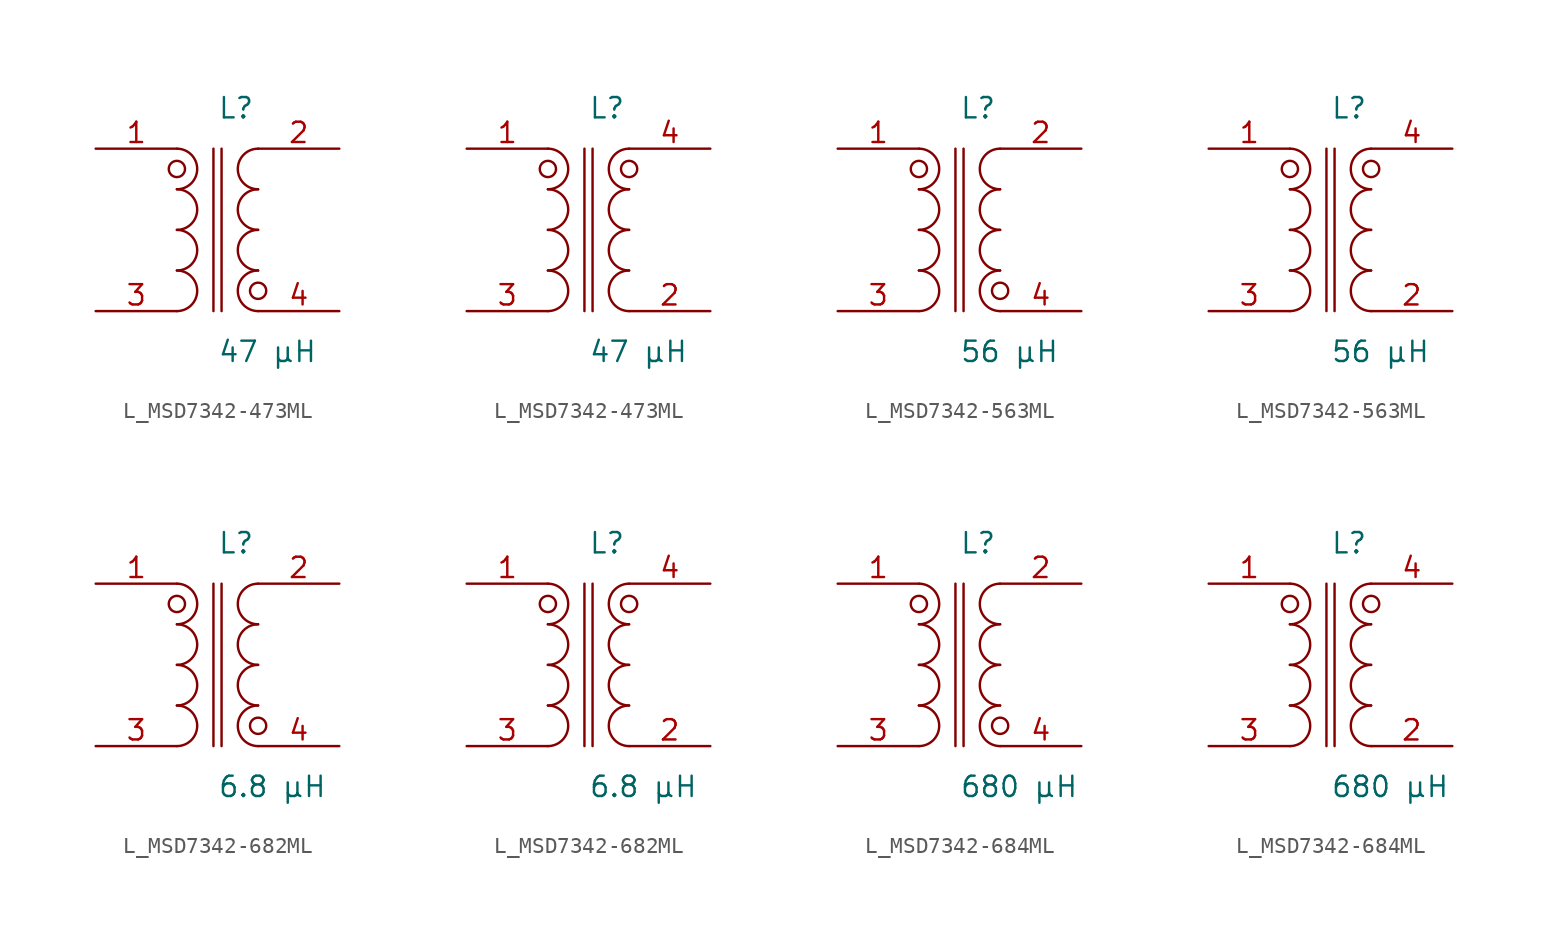
<source format=kicad_sym>
(kicad_symbol_lib
  (version 20231120)
  (generator kicad_symbol_editor)
  (generator_version 8.0)
  (symbol "L_MSD7342-473ML"
    (pin_names
      (offset 0.254))
    (property "Reference" "L"
      (at 0 7.62 0)
      (effects (font (size 1.27 1.27)) (justify left)))
    (property "Value" "47 µH"
      (at 0 -7.62 0)
      (effects (font (size 1.27 1.27)) (justify left)))
    (symbol "L_MSD7342-473ML_1_1"
      (arc (start -2.54 -5.08) (mid -1.27 -3.81) (end -2.54 -2.54) (stroke (width 0) (type default)) (fill (type none)))
      (arc (start -2.54 -2.54) (mid -1.27 -1.27) (end -2.54 0.0) (stroke (width 0) (type default)) (fill (type none)))
      (arc (start -2.54 0.0) (mid -1.27 1.27) (end -2.54 2.54) (stroke (width 0) (type default)) (fill (type none)))
      (arc (start -2.54 2.54) (mid -1.27 3.81) (end -2.54 5.08) (stroke (width 0) (type default)) (fill (type none)))
      (arc (start 2.54 -5.08) (mid 1.27 -3.81) (end 2.54 -2.54) (stroke (width 0) (type default)) (fill (type none)))
      (arc (start 2.54 -2.54) (mid 1.27 -1.27) (end 2.54 0.0) (stroke (width 0) (type default)) (fill (type none)))
      (arc (start 2.54 0.0) (mid 1.27 1.27) (end 2.54 2.54) (stroke (width 0) (type default)) (fill (type none)))
      (arc (start 2.54 2.54) (mid 1.27 3.81) (end 2.54 5.08) (stroke (width 0) (type default)) (fill (type none)))
      (circle (center -2.54 3.81) (radius 0.508) (stroke (width 0) (type default)) (fill (type none)))
      (circle (center 2.54 -3.81) (radius 0.508) (stroke (width 0) (type default)) (fill (type none)))
      (polyline (pts (xy -0.254 5.08) (xy -0.254 -5.08)) (stroke (width 0) (type default)) (fill (type none)))
      (polyline (pts (xy 0.254 5.08) (xy 0.254 -5.08)) (stroke (width 0) (type default)) (fill (type none)))
      (pin passive line (at -7.62 5.08 0) (length 5.08) (name "" (effects (font (size 1.27 1.27)))) (number "1" (effects (font (size 1.27 1.27)))))
      (pin passive line (at -7.62 -5.08 0) (length 5.08) (name "" (effects (font (size 1.27 1.27)))) (number "3" (effects (font (size 1.27 1.27)))))
      (pin passive line (at 7.62 5.08 180) (length 5.08) (name "" (effects (font (size 1.27 1.27)))) (number "2" (effects (font (size 1.27 1.27)))))
      (pin passive line (at 7.62 -5.08 180) (length 5.08) (name "" (effects (font (size 1.27 1.27)))) (number "4" (effects (font (size 1.27 1.27))))))
    (symbol "L_MSD7342-473ML_1_2"
      (arc (start -2.54 -5.08) (mid -1.27 -3.81) (end -2.54 -2.54) (stroke (width 0) (type default)) (fill (type none)))
      (arc (start -2.54 -2.54) (mid -1.27 -1.27) (end -2.54 0.0) (stroke (width 0) (type default)) (fill (type none)))
      (arc (start -2.54 0.0) (mid -1.27 1.27) (end -2.54 2.54) (stroke (width 0) (type default)) (fill (type none)))
      (arc (start -2.54 2.54) (mid -1.27 3.81) (end -2.54 5.08) (stroke (width 0) (type default)) (fill (type none)))
      (arc (start 2.54 -5.08) (mid 1.27 -3.81) (end 2.54 -2.54) (stroke (width 0) (type default)) (fill (type none)))
      (arc (start 2.54 -2.54) (mid 1.27 -1.27) (end 2.54 0.0) (stroke (width 0) (type default)) (fill (type none)))
      (arc (start 2.54 0.0) (mid 1.27 1.27) (end 2.54 2.54) (stroke (width 0) (type default)) (fill (type none)))
      (arc (start 2.54 2.54) (mid 1.27 3.81) (end 2.54 5.08) (stroke (width 0) (type default)) (fill (type none)))
      (circle (center -2.54 3.81) (radius 0.508) (stroke (width 0) (type default)) (fill (type none)))
      (circle (center 2.54 3.81) (radius 0.508) (stroke (width 0) (type default)) (fill (type none)))
      (polyline (pts (xy -0.254 5.08) (xy -0.254 -5.08)) (stroke (width 0) (type default)) (fill (type none)))
      (polyline (pts (xy 0.254 5.08) (xy 0.254 -5.08)) (stroke (width 0) (type default)) (fill (type none)))
      (pin passive line (at -7.62 5.08 0) (length 5.08) (name "" (effects (font (size 1.27 1.27)))) (number "1" (effects (font (size 1.27 1.27)))))
      (pin passive line (at -7.62 -5.08 0) (length 5.08) (name "" (effects (font (size 1.27 1.27)))) (number "3" (effects (font (size 1.27 1.27)))))
      (pin passive line (at 7.62 -5.08 180) (length 5.08) (name "" (effects (font (size 1.27 1.27)))) (number "2" (effects (font (size 1.27 1.27)))))
      (pin passive line (at 7.62 5.08 180) (length 5.08) (name "" (effects (font (size 1.27 1.27)))) (number "4" (effects (font (size 1.27 1.27)))))))
  (symbol "L_MSD7342-563ML"
    (pin_names
      (offset 0.254))
    (property "Reference" "L"
      (at 0 7.62 0)
      (effects (font (size 1.27 1.27)) (justify left)))
    (property "Value" "56 µH"
      (at 0 -7.62 0)
      (effects (font (size 1.27 1.27)) (justify left)))
    (symbol "L_MSD7342-563ML_1_1"
      (arc (start -2.54 -5.08) (mid -1.27 -3.81) (end -2.54 -2.54) (stroke (width 0) (type default)) (fill (type none)))
      (arc (start -2.54 -2.54) (mid -1.27 -1.27) (end -2.54 0.0) (stroke (width 0) (type default)) (fill (type none)))
      (arc (start -2.54 0.0) (mid -1.27 1.27) (end -2.54 2.54) (stroke (width 0) (type default)) (fill (type none)))
      (arc (start -2.54 2.54) (mid -1.27 3.81) (end -2.54 5.08) (stroke (width 0) (type default)) (fill (type none)))
      (arc (start 2.54 -5.08) (mid 1.27 -3.81) (end 2.54 -2.54) (stroke (width 0) (type default)) (fill (type none)))
      (arc (start 2.54 -2.54) (mid 1.27 -1.27) (end 2.54 0.0) (stroke (width 0) (type default)) (fill (type none)))
      (arc (start 2.54 0.0) (mid 1.27 1.27) (end 2.54 2.54) (stroke (width 0) (type default)) (fill (type none)))
      (arc (start 2.54 2.54) (mid 1.27 3.81) (end 2.54 5.08) (stroke (width 0) (type default)) (fill (type none)))
      (circle (center -2.54 3.81) (radius 0.508) (stroke (width 0) (type default)) (fill (type none)))
      (circle (center 2.54 -3.81) (radius 0.508) (stroke (width 0) (type default)) (fill (type none)))
      (polyline (pts (xy -0.254 5.08) (xy -0.254 -5.08)) (stroke (width 0) (type default)) (fill (type none)))
      (polyline (pts (xy 0.254 5.08) (xy 0.254 -5.08)) (stroke (width 0) (type default)) (fill (type none)))
      (pin passive line (at -7.62 5.08 0) (length 5.08) (name "" (effects (font (size 1.27 1.27)))) (number "1" (effects (font (size 1.27 1.27)))))
      (pin passive line (at -7.62 -5.08 0) (length 5.08) (name "" (effects (font (size 1.27 1.27)))) (number "3" (effects (font (size 1.27 1.27)))))
      (pin passive line (at 7.62 5.08 180) (length 5.08) (name "" (effects (font (size 1.27 1.27)))) (number "2" (effects (font (size 1.27 1.27)))))
      (pin passive line (at 7.62 -5.08 180) (length 5.08) (name "" (effects (font (size 1.27 1.27)))) (number "4" (effects (font (size 1.27 1.27))))))
    (symbol "L_MSD7342-563ML_1_2"
      (arc (start -2.54 -5.08) (mid -1.27 -3.81) (end -2.54 -2.54) (stroke (width 0) (type default)) (fill (type none)))
      (arc (start -2.54 -2.54) (mid -1.27 -1.27) (end -2.54 0.0) (stroke (width 0) (type default)) (fill (type none)))
      (arc (start -2.54 0.0) (mid -1.27 1.27) (end -2.54 2.54) (stroke (width 0) (type default)) (fill (type none)))
      (arc (start -2.54 2.54) (mid -1.27 3.81) (end -2.54 5.08) (stroke (width 0) (type default)) (fill (type none)))
      (arc (start 2.54 -5.08) (mid 1.27 -3.81) (end 2.54 -2.54) (stroke (width 0) (type default)) (fill (type none)))
      (arc (start 2.54 -2.54) (mid 1.27 -1.27) (end 2.54 0.0) (stroke (width 0) (type default)) (fill (type none)))
      (arc (start 2.54 0.0) (mid 1.27 1.27) (end 2.54 2.54) (stroke (width 0) (type default)) (fill (type none)))
      (arc (start 2.54 2.54) (mid 1.27 3.81) (end 2.54 5.08) (stroke (width 0) (type default)) (fill (type none)))
      (circle (center -2.54 3.81) (radius 0.508) (stroke (width 0) (type default)) (fill (type none)))
      (circle (center 2.54 3.81) (radius 0.508) (stroke (width 0) (type default)) (fill (type none)))
      (polyline (pts (xy -0.254 5.08) (xy -0.254 -5.08)) (stroke (width 0) (type default)) (fill (type none)))
      (polyline (pts (xy 0.254 5.08) (xy 0.254 -5.08)) (stroke (width 0) (type default)) (fill (type none)))
      (pin passive line (at -7.62 5.08 0) (length 5.08) (name "" (effects (font (size 1.27 1.27)))) (number "1" (effects (font (size 1.27 1.27)))))
      (pin passive line (at -7.62 -5.08 0) (length 5.08) (name "" (effects (font (size 1.27 1.27)))) (number "3" (effects (font (size 1.27 1.27)))))
      (pin passive line (at 7.62 -5.08 180) (length 5.08) (name "" (effects (font (size 1.27 1.27)))) (number "2" (effects (font (size 1.27 1.27)))))
      (pin passive line (at 7.62 5.08 180) (length 5.08) (name "" (effects (font (size 1.27 1.27)))) (number "4" (effects (font (size 1.27 1.27)))))))
  (symbol "L_MSD7342-682ML"
    (pin_names
      (offset 0.254))
    (property "Reference" "L"
      (at 0 7.62 0)
      (effects (font (size 1.27 1.27)) (justify left)))
    (property "Value" "6.8 µH"
      (at 0 -7.62 0)
      (effects (font (size 1.27 1.27)) (justify left)))
    (symbol "L_MSD7342-682ML_1_1"
      (arc (start -2.54 -5.08) (mid -1.27 -3.81) (end -2.54 -2.54) (stroke (width 0) (type default)) (fill (type none)))
      (arc (start -2.54 -2.54) (mid -1.27 -1.27) (end -2.54 0.0) (stroke (width 0) (type default)) (fill (type none)))
      (arc (start -2.54 0.0) (mid -1.27 1.27) (end -2.54 2.54) (stroke (width 0) (type default)) (fill (type none)))
      (arc (start -2.54 2.54) (mid -1.27 3.81) (end -2.54 5.08) (stroke (width 0) (type default)) (fill (type none)))
      (arc (start 2.54 -5.08) (mid 1.27 -3.81) (end 2.54 -2.54) (stroke (width 0) (type default)) (fill (type none)))
      (arc (start 2.54 -2.54) (mid 1.27 -1.27) (end 2.54 0.0) (stroke (width 0) (type default)) (fill (type none)))
      (arc (start 2.54 0.0) (mid 1.27 1.27) (end 2.54 2.54) (stroke (width 0) (type default)) (fill (type none)))
      (arc (start 2.54 2.54) (mid 1.27 3.81) (end 2.54 5.08) (stroke (width 0) (type default)) (fill (type none)))
      (circle (center -2.54 3.81) (radius 0.508) (stroke (width 0) (type default)) (fill (type none)))
      (circle (center 2.54 -3.81) (radius 0.508) (stroke (width 0) (type default)) (fill (type none)))
      (polyline (pts (xy -0.254 5.08) (xy -0.254 -5.08)) (stroke (width 0) (type default)) (fill (type none)))
      (polyline (pts (xy 0.254 5.08) (xy 0.254 -5.08)) (stroke (width 0) (type default)) (fill (type none)))
      (pin passive line (at -7.62 5.08 0) (length 5.08) (name "" (effects (font (size 1.27 1.27)))) (number "1" (effects (font (size 1.27 1.27)))))
      (pin passive line (at -7.62 -5.08 0) (length 5.08) (name "" (effects (font (size 1.27 1.27)))) (number "3" (effects (font (size 1.27 1.27)))))
      (pin passive line (at 7.62 5.08 180) (length 5.08) (name "" (effects (font (size 1.27 1.27)))) (number "2" (effects (font (size 1.27 1.27)))))
      (pin passive line (at 7.62 -5.08 180) (length 5.08) (name "" (effects (font (size 1.27 1.27)))) (number "4" (effects (font (size 1.27 1.27))))))
    (symbol "L_MSD7342-682ML_1_2"
      (arc (start -2.54 -5.08) (mid -1.27 -3.81) (end -2.54 -2.54) (stroke (width 0) (type default)) (fill (type none)))
      (arc (start -2.54 -2.54) (mid -1.27 -1.27) (end -2.54 0.0) (stroke (width 0) (type default)) (fill (type none)))
      (arc (start -2.54 0.0) (mid -1.27 1.27) (end -2.54 2.54) (stroke (width 0) (type default)) (fill (type none)))
      (arc (start -2.54 2.54) (mid -1.27 3.81) (end -2.54 5.08) (stroke (width 0) (type default)) (fill (type none)))
      (arc (start 2.54 -5.08) (mid 1.27 -3.81) (end 2.54 -2.54) (stroke (width 0) (type default)) (fill (type none)))
      (arc (start 2.54 -2.54) (mid 1.27 -1.27) (end 2.54 0.0) (stroke (width 0) (type default)) (fill (type none)))
      (arc (start 2.54 0.0) (mid 1.27 1.27) (end 2.54 2.54) (stroke (width 0) (type default)) (fill (type none)))
      (arc (start 2.54 2.54) (mid 1.27 3.81) (end 2.54 5.08) (stroke (width 0) (type default)) (fill (type none)))
      (circle (center -2.54 3.81) (radius 0.508) (stroke (width 0) (type default)) (fill (type none)))
      (circle (center 2.54 3.81) (radius 0.508) (stroke (width 0) (type default)) (fill (type none)))
      (polyline (pts (xy -0.254 5.08) (xy -0.254 -5.08)) (stroke (width 0) (type default)) (fill (type none)))
      (polyline (pts (xy 0.254 5.08) (xy 0.254 -5.08)) (stroke (width 0) (type default)) (fill (type none)))
      (pin passive line (at -7.62 5.08 0) (length 5.08) (name "" (effects (font (size 1.27 1.27)))) (number "1" (effects (font (size 1.27 1.27)))))
      (pin passive line (at -7.62 -5.08 0) (length 5.08) (name "" (effects (font (size 1.27 1.27)))) (number "3" (effects (font (size 1.27 1.27)))))
      (pin passive line (at 7.62 -5.08 180) (length 5.08) (name "" (effects (font (size 1.27 1.27)))) (number "2" (effects (font (size 1.27 1.27)))))
      (pin passive line (at 7.62 5.08 180) (length 5.08) (name "" (effects (font (size 1.27 1.27)))) (number "4" (effects (font (size 1.27 1.27)))))))
  (symbol "L_MSD7342-684ML"
    (pin_names
      (offset 0.254))
    (property "Reference" "L"
      (at 0 7.62 0)
      (effects (font (size 1.27 1.27)) (justify left)))
    (property "Value" "680 µH"
      (at 0 -7.62 0)
      (effects (font (size 1.27 1.27)) (justify left)))
    (symbol "L_MSD7342-684ML_1_1"
      (arc (start -2.54 -5.08) (mid -1.27 -3.81) (end -2.54 -2.54) (stroke (width 0) (type default)) (fill (type none)))
      (arc (start -2.54 -2.54) (mid -1.27 -1.27) (end -2.54 0.0) (stroke (width 0) (type default)) (fill (type none)))
      (arc (start -2.54 0.0) (mid -1.27 1.27) (end -2.54 2.54) (stroke (width 0) (type default)) (fill (type none)))
      (arc (start -2.54 2.54) (mid -1.27 3.81) (end -2.54 5.08) (stroke (width 0) (type default)) (fill (type none)))
      (arc (start 2.54 -5.08) (mid 1.27 -3.81) (end 2.54 -2.54) (stroke (width 0) (type default)) (fill (type none)))
      (arc (start 2.54 -2.54) (mid 1.27 -1.27) (end 2.54 0.0) (stroke (width 0) (type default)) (fill (type none)))
      (arc (start 2.54 0.0) (mid 1.27 1.27) (end 2.54 2.54) (stroke (width 0) (type default)) (fill (type none)))
      (arc (start 2.54 2.54) (mid 1.27 3.81) (end 2.54 5.08) (stroke (width 0) (type default)) (fill (type none)))
      (circle (center -2.54 3.81) (radius 0.508) (stroke (width 0) (type default)) (fill (type none)))
      (circle (center 2.54 -3.81) (radius 0.508) (stroke (width 0) (type default)) (fill (type none)))
      (polyline (pts (xy -0.254 5.08) (xy -0.254 -5.08)) (stroke (width 0) (type default)) (fill (type none)))
      (polyline (pts (xy 0.254 5.08) (xy 0.254 -5.08)) (stroke (width 0) (type default)) (fill (type none)))
      (pin passive line (at -7.62 5.08 0) (length 5.08) (name "" (effects (font (size 1.27 1.27)))) (number "1" (effects (font (size 1.27 1.27)))))
      (pin passive line (at -7.62 -5.08 0) (length 5.08) (name "" (effects (font (size 1.27 1.27)))) (number "3" (effects (font (size 1.27 1.27)))))
      (pin passive line (at 7.62 5.08 180) (length 5.08) (name "" (effects (font (size 1.27 1.27)))) (number "2" (effects (font (size 1.27 1.27)))))
      (pin passive line (at 7.62 -5.08 180) (length 5.08) (name "" (effects (font (size 1.27 1.27)))) (number "4" (effects (font (size 1.27 1.27))))))
    (symbol "L_MSD7342-684ML_1_2"
      (arc (start -2.54 -5.08) (mid -1.27 -3.81) (end -2.54 -2.54) (stroke (width 0) (type default)) (fill (type none)))
      (arc (start -2.54 -2.54) (mid -1.27 -1.27) (end -2.54 0.0) (stroke (width 0) (type default)) (fill (type none)))
      (arc (start -2.54 0.0) (mid -1.27 1.27) (end -2.54 2.54) (stroke (width 0) (type default)) (fill (type none)))
      (arc (start -2.54 2.54) (mid -1.27 3.81) (end -2.54 5.08) (stroke (width 0) (type default)) (fill (type none)))
      (arc (start 2.54 -5.08) (mid 1.27 -3.81) (end 2.54 -2.54) (stroke (width 0) (type default)) (fill (type none)))
      (arc (start 2.54 -2.54) (mid 1.27 -1.27) (end 2.54 0.0) (stroke (width 0) (type default)) (fill (type none)))
      (arc (start 2.54 0.0) (mid 1.27 1.27) (end 2.54 2.54) (stroke (width 0) (type default)) (fill (type none)))
      (arc (start 2.54 2.54) (mid 1.27 3.81) (end 2.54 5.08) (stroke (width 0) (type default)) (fill (type none)))
      (circle (center -2.54 3.81) (radius 0.508) (stroke (width 0) (type default)) (fill (type none)))
      (circle (center 2.54 3.81) (radius 0.508) (stroke (width 0) (type default)) (fill (type none)))
      (polyline (pts (xy -0.254 5.08) (xy -0.254 -5.08)) (stroke (width 0) (type default)) (fill (type none)))
      (polyline (pts (xy 0.254 5.08) (xy 0.254 -5.08)) (stroke (width 0) (type default)) (fill (type none)))
      (pin passive line (at -7.62 5.08 0) (length 5.08) (name "" (effects (font (size 1.27 1.27)))) (number "1" (effects (font (size 1.27 1.27)))))
      (pin passive line (at -7.62 -5.08 0) (length 5.08) (name "" (effects (font (size 1.27 1.27)))) (number "3" (effects (font (size 1.27 1.27)))))
      (pin passive line (at 7.62 -5.08 180) (length 5.08) (name "" (effects (font (size 1.27 1.27)))) (number "2" (effects (font (size 1.27 1.27)))))
      (pin passive line (at 7.62 5.08 180) (length 5.08) (name "" (effects (font (size 1.27 1.27)))) (number "4" (effects (font (size 1.27 1.27))))))))
</source>
